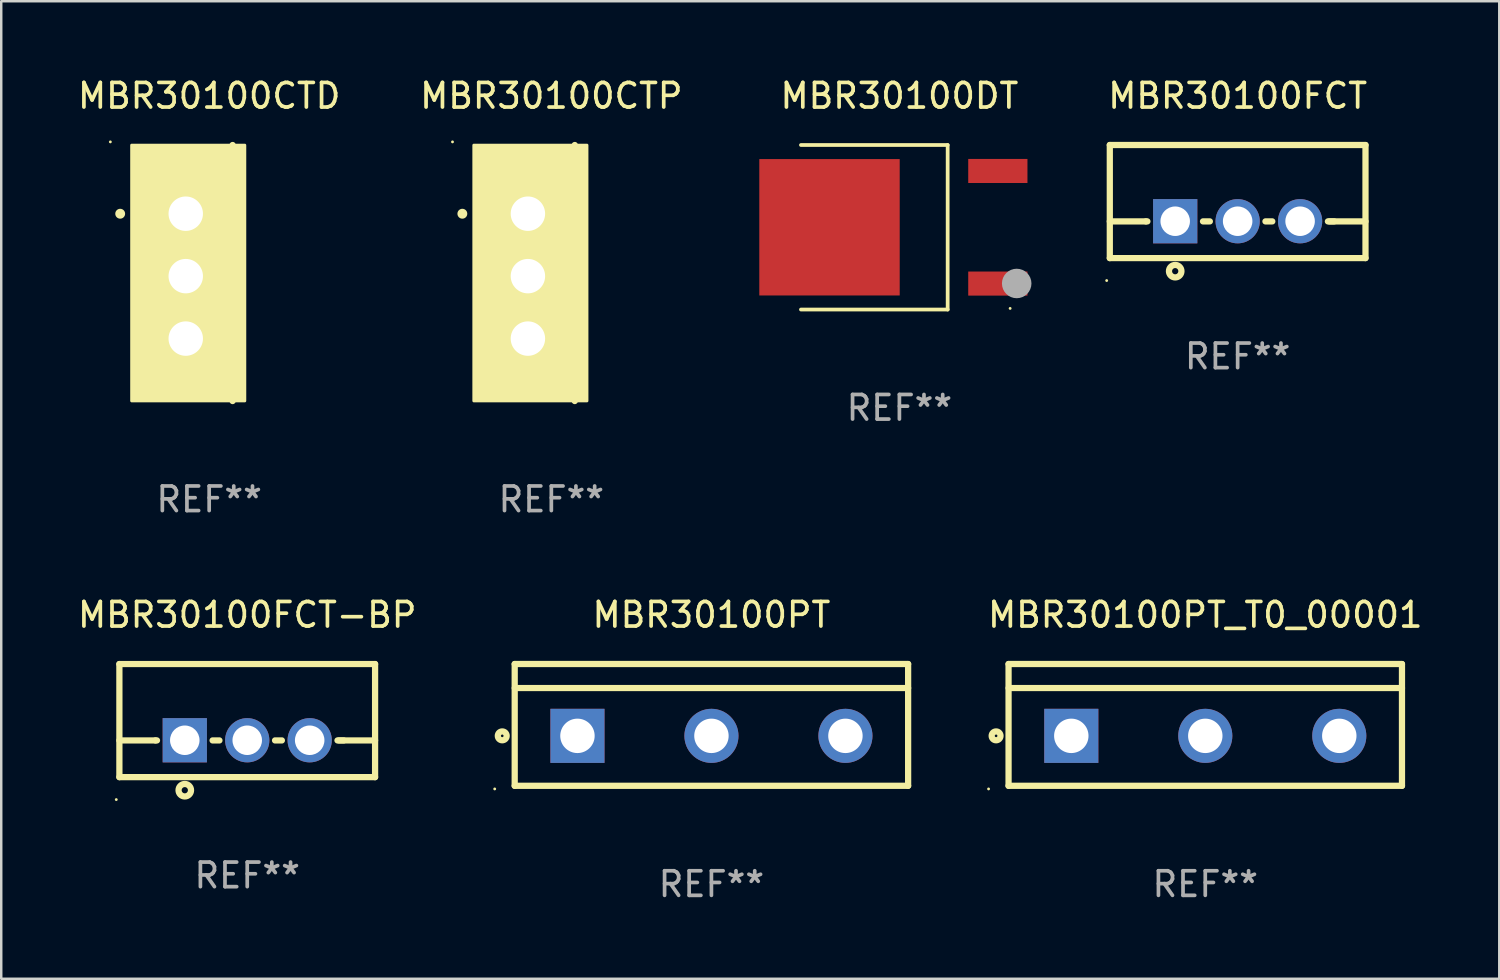
<source format=kicad_pcb>
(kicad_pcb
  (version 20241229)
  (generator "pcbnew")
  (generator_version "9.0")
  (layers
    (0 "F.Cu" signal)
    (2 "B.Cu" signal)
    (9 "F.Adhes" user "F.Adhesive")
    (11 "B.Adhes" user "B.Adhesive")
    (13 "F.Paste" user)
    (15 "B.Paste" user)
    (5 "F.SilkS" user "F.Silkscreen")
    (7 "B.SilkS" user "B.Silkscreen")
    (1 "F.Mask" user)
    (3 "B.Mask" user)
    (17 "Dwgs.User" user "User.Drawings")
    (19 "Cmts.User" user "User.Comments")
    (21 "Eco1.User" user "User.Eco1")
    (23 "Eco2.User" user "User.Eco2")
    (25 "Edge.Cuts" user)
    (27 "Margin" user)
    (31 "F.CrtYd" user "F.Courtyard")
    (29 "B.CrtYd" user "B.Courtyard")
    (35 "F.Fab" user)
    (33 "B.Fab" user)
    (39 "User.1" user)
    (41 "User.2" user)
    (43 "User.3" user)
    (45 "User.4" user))
  (footprint "MBR30100FCT-BP"
    (layer "F.Cu")
    (at 7.006 26.259)
    (property "Reference" "MBR30100FCT-BP" (at 0 -4.3 0) (layer "F.SilkS") (effects (font (size 1 1) (thickness 0.15))))
    (attr through_hole)
    (fp_line (start -5.2 -2.3) (end -5.2 2.3) (stroke (width 0.254) (type solid)) (layer "F.SilkS"))
    (fp_line (start -5.2 -2.3) (end 5.2 -2.3) (stroke (width 0.254) (type solid)) (layer "F.SilkS"))
    (fp_line (start -5.2 0.807) (end -3.731 0.807) (stroke (width 0.254) (type solid)) (layer "F.SilkS"))
    (fp_line (start -5.2 2.3) (end 5.2 2.3) (stroke (width 0.254) (type solid)) (layer "F.SilkS"))
    (fp_line (start -3.731 0.807) (end -3.671 0.807) (stroke (width 0.254) (type solid)) (layer "F.SilkS"))
    (fp_line (start -1.409 0.807) (end -1.131 0.807) (stroke (width 0.254) (type solid)) (layer "F.SilkS"))
    (fp_line (start 1.131 0.807) (end 1.409 0.807) (stroke (width 0.254) (type solid)) (layer "F.SilkS"))
    (fp_line (start 3.671 0.807) (end 3.926 0.807) (stroke (width 0.254) (type solid)) (layer "F.SilkS"))
    (fp_line (start 3.731 0.807) (end 5.2 0.807) (stroke (width 0.254) (type solid)) (layer "F.SilkS"))
    (fp_line (start 5.2 -2.3) (end 5.2 2.3) (stroke (width 0.254) (type solid)) (layer "F.SilkS"))
    (fp_circle (center -5.327 3.213) (end -5.297 3.213) (stroke (width 0.06) (type solid)) (fill no) (layer "F.SilkS"))
    (fp_circle (center -2.54 2.832) (end -2.286 2.832) (stroke (width 0.254) (type solid)) (fill no) (layer "F.SilkS"))
    (fp_text user "REF**" (at 0 6.3 0) (layer "F.Fab") (effects (font (size 1 1) (thickness 0.15))))
    (pad "1" thru_hole rect (at -2.54 0.8) (size 1.8 1.8) (drill 1.2) (layers "*.Cu" "*.Mask"))
    (pad "2" thru_hole circle (at 0 0.8) (size 1.8 1.8) (drill 1.2) (layers "*.Cu" "*.Mask"))
    (pad "3" thru_hole circle (at 2.54 0.8) (size 1.8 1.8) (drill 1.2) (layers "*.Cu" "*.Mask")))
  (footprint "MBR30100CTD"
    (layer "F.Cu")
    (at 5.458 8.055)
    (property "Reference" "MBR30100CTD" (at 0 -7.207 0) (layer "F.SilkS") (effects (font (size 1 1) (thickness 0.15))))
    (attr through_hole)
    (fp_line (start 0.953 5.207) (end 0.953 -5.207) (stroke (width 0.254) (type solid)) (layer "F.SilkS"))
    (fp_arc (start -3.619507 -2.410465) (mid -3.619511 -2.411735) (end -3.619507 -2.413005) (stroke (width 0.4) (type solid)) (layer "F.SilkS"))
    (fp_circle (center -4.02 -5.334) (end -3.99 -5.334) (stroke (width 0.06) (type solid)) (fill no) (layer "F.SilkS"))
    (fp_poly (pts (xy -3.152 -5.2) (xy 1.448 -5.2) (xy 1.448 5.2) (xy -3.152 5.2)) (stroke (width 0.12) (type solid)) (fill yes) (layer "F.SilkS"))
    (fp_text user "REF**" (at 0 9.207 0) (layer "F.Fab") (effects (font (size 1 1) (thickness 0.15))))
    (pad "1" thru_hole rect (at -0.953 -2.413 270) (size 2 2.5) (drill 1.4) (layers "*.Cu" "*.Mask"))
    (pad "2" thru_hole oval (at -0.953 0.127 270) (size 2 2.5) (drill 1.4) (layers "*.Cu" "*.Mask"))
    (pad "3" thru_hole oval (at -0.953 2.667 270) (size 2 2.5) (drill 1.4) (layers "*.Cu" "*.Mask")))
  (footprint "MBR30100DT"
    (layer "F.Cu")
    (at 33.532 6.194)
    (property "Reference" "MBR30100DT" (at 0 -5.346 0) (layer "F.SilkS") (effects (font (size 1 1) (thickness 0.15))))
    (attr through_hole)
    (fp_line (start -4.004 -3.346) (end 1.963 -3.346) (stroke (width 0.152) (type solid)) (layer "F.SilkS"))
    (fp_line (start -4.004 3.346) (end 1.963 3.346) (stroke (width 0.152) (type solid)) (layer "F.SilkS"))
    (fp_line (start 1.963 3.346) (end 1.963 -3.346) (stroke (width 0.152) (type solid)) (layer "F.SilkS"))
    (fp_circle (center 4.504 3.3) (end 4.534 3.3) (stroke (width 0.06) (type solid)) (fill no) (layer "F.SilkS"))
    (fp_circle (center 4.771 2.286) (end 5.071 2.286) (stroke (width 0.6) (type solid)) (fill no) (layer "F.Fab"))
    (fp_text user "REF**" (at 0 7.346 0) (layer "F.Fab") (effects (font (size 1 1) (thickness 0.15))))
    (pad "1" smd rect (at 4.004 2.29) (size 2.409 0.979) (layers "F.Cu" "F.Mask" "F.Paste"))
    (pad "2" smd rect (at -2.843 0) (size 5.711 5.548) (layers "F.Cu" "F.Mask" "F.Paste"))
    (pad "3" smd rect (at 4.004 -2.29) (size 2.409 0.979) (layers "F.Cu" "F.Mask" "F.Paste")))
  (footprint "MBR30100PT_T0_00001"
    (layer "F.Cu")
    (at 45.973 26.435)
    (property "Reference" "MBR30100PT_T0_00001" (at 0 -4.477 0) (layer "F.SilkS") (effects (font (size 1 1) (thickness 0.15))))
    (attr through_hole)
    (fp_line (start -8.001 -2.477) (end 8.001 -2.477) (stroke (width 0.254) (type solid)) (layer "F.SilkS"))
    (fp_line (start -8.001 2.477) (end -8.001 -2.477) (stroke (width 0.254) (type solid)) (layer "F.SilkS"))
    (fp_line (start -7.999 -1.5) (end 8.001 -1.5) (stroke (width 0.254) (type solid)) (layer "F.SilkS"))
    (fp_line (start 8.001 -2.477) (end 8.001 2.477) (stroke (width 0.254) (type solid)) (layer "F.SilkS"))
    (fp_line (start 8.001 2.477) (end -8.001 2.477) (stroke (width 0.254) (type solid)) (layer "F.SilkS"))
    (fp_circle (center -8.814 2.604) (end -8.784 2.604) (stroke (width 0.06) (type solid)) (fill no) (layer "F.SilkS"))
    (fp_circle (center -8.508 0.445) (end -8.328 0.445) (stroke (width 0.254) (type solid)) (fill no) (layer "F.SilkS"))
    (fp_text user "REF**" (at 0 6.477 0) (layer "F.Fab") (effects (font (size 1 1) (thickness 0.15))))
    (pad "1" thru_hole rect (at -5.449 0.445) (size 2.2 2.2) (drill 1.4) (layers "*.Cu" "*.Mask"))
    (pad "2" thru_hole circle (at 0.001 0.445) (size 2.2 2.2) (drill 1.4) (layers "*.Cu" "*.Mask"))
    (pad "3" thru_hole circle (at 5.451 0.445) (size 2.2 2.2) (drill 1.4) (layers "*.Cu" "*.Mask")))
  (footprint "MBR30100PT"
    (layer "F.Cu")
    (at 25.886 26.435)
    (property "Reference" "MBR30100PT" (at 0 -4.477 0) (layer "F.SilkS") (effects (font (size 1 1) (thickness 0.15))))
    (attr through_hole)
    (fp_line (start -8.001 -2.477) (end 8.001 -2.477) (stroke (width 0.254) (type solid)) (layer "F.SilkS"))
    (fp_line (start -8.001 2.477) (end -8.001 -2.477) (stroke (width 0.254) (type solid)) (layer "F.SilkS"))
    (fp_line (start -7.999 -1.5) (end 8.001 -1.5) (stroke (width 0.254) (type solid)) (layer "F.SilkS"))
    (fp_line (start 8.001 -2.477) (end 8.001 2.477) (stroke (width 0.254) (type solid)) (layer "F.SilkS"))
    (fp_line (start 8.001 2.477) (end -8.001 2.477) (stroke (width 0.254) (type solid)) (layer "F.SilkS"))
    (fp_circle (center -8.814 2.604) (end -8.784 2.604) (stroke (width 0.06) (type solid)) (fill no) (layer "F.SilkS"))
    (fp_circle (center -8.508 0.445) (end -8.328 0.445) (stroke (width 0.254) (type solid)) (fill no) (layer "F.SilkS"))
    (fp_text user "REF**" (at 0 6.477 0) (layer "F.Fab") (effects (font (size 1 1) (thickness 0.15))))
    (pad "1" thru_hole rect (at -5.449 0.445) (size 2.2 2.2) (drill 1.4) (layers "*.Cu" "*.Mask"))
    (pad "2" thru_hole circle (at 0.001 0.445) (size 2.2 2.2) (drill 1.4) (layers "*.Cu" "*.Mask"))
    (pad "3" thru_hole circle (at 5.451 0.445) (size 2.2 2.2) (drill 1.4) (layers "*.Cu" "*.Mask")))
  (footprint "MBR30100FCT"
    (layer "F.Cu")
    (at 47.29 5.148)
    (property "Reference" "MBR30100FCT" (at 0 -4.3 0) (layer "F.SilkS") (effects (font (size 1 1) (thickness 0.15))))
    (attr through_hole)
    (fp_line (start -5.2 -2.3) (end -5.2 2.3) (stroke (width 0.254) (type solid)) (layer "F.SilkS"))
    (fp_line (start -5.2 -2.3) (end 5.2 -2.3) (stroke (width 0.254) (type solid)) (layer "F.SilkS"))
    (fp_line (start -5.2 0.807) (end -3.731 0.807) (stroke (width 0.254) (type solid)) (layer "F.SilkS"))
    (fp_line (start -5.2 2.3) (end 5.2 2.3) (stroke (width 0.254) (type solid)) (layer "F.SilkS"))
    (fp_line (start -3.731 0.807) (end -3.671 0.807) (stroke (width 0.254) (type solid)) (layer "F.SilkS"))
    (fp_line (start -1.409 0.807) (end -1.131 0.807) (stroke (width 0.254) (type solid)) (layer "F.SilkS"))
    (fp_line (start 1.131 0.807) (end 1.409 0.807) (stroke (width 0.254) (type solid)) (layer "F.SilkS"))
    (fp_line (start 3.671 0.807) (end 3.926 0.807) (stroke (width 0.254) (type solid)) (layer "F.SilkS"))
    (fp_line (start 3.731 0.807) (end 5.2 0.807) (stroke (width 0.254) (type solid)) (layer "F.SilkS"))
    (fp_line (start 5.2 -2.3) (end 5.2 2.3) (stroke (width 0.254) (type solid)) (layer "F.SilkS"))
    (fp_circle (center -5.327 3.213) (end -5.297 3.213) (stroke (width 0.06) (type solid)) (fill no) (layer "F.SilkS"))
    (fp_circle (center -2.54 2.832) (end -2.286 2.832) (stroke (width 0.254) (type solid)) (fill no) (layer "F.SilkS"))
    (fp_text user "REF**" (at 0 6.3 0) (layer "F.Fab") (effects (font (size 1 1) (thickness 0.15))))
    (pad "1" thru_hole rect (at -2.54 0.8) (size 1.8 1.8) (drill 1.2) (layers "*.Cu" "*.Mask"))
    (pad "2" thru_hole circle (at 0 0.8) (size 1.8 1.8) (drill 1.2) (layers "*.Cu" "*.Mask"))
    (pad "3" thru_hole circle (at 2.54 0.8) (size 1.8 1.8) (drill 1.2) (layers "*.Cu" "*.Mask")))
  (footprint "MBR30100CTP"
    (layer "F.Cu")
    (at 19.375 8.055)
    (property "Reference" "MBR30100CTP" (at 0 -7.207 0) (layer "F.SilkS") (effects (font (size 1 1) (thickness 0.15))))
    (attr through_hole)
    (fp_line (start 0.953 5.207) (end 0.953 -5.207) (stroke (width 0.254) (type solid)) (layer "F.SilkS"))
    (fp_arc (start -3.619507 -2.410465) (mid -3.619511 -2.411735) (end -3.619507 -2.413005) (stroke (width 0.4) (type solid)) (layer "F.SilkS"))
    (fp_circle (center -4.02 -5.334) (end -3.99 -5.334) (stroke (width 0.06) (type solid)) (fill no) (layer "F.SilkS"))
    (fp_poly (pts (xy -3.152 -5.2) (xy 1.448 -5.2) (xy 1.448 5.2) (xy -3.152 5.2)) (stroke (width 0.12) (type solid)) (fill yes) (layer "F.SilkS"))
    (fp_text user "REF**" (at 0 9.207 0) (layer "F.Fab") (effects (font (size 1 1) (thickness 0.15))))
    (pad "1" thru_hole rect (at -0.953 -2.413 270) (size 2 2.5) (drill 1.4) (layers "*.Cu" "*.Mask"))
    (pad "2" thru_hole oval (at -0.953 0.127 270) (size 2 2.5) (drill 1.4) (layers "*.Cu" "*.Mask"))
    (pad "3" thru_hole oval (at -0.953 2.667 270) (size 2 2.5) (drill 1.4) (layers "*.Cu" "*.Mask")))
  (gr_rect
    (start -3 -3)
    (end 57.931 36.76)
    (stroke (width 0.1) (type default))
    (fill no)
    (layer "Edge.Cuts")))
</source>
